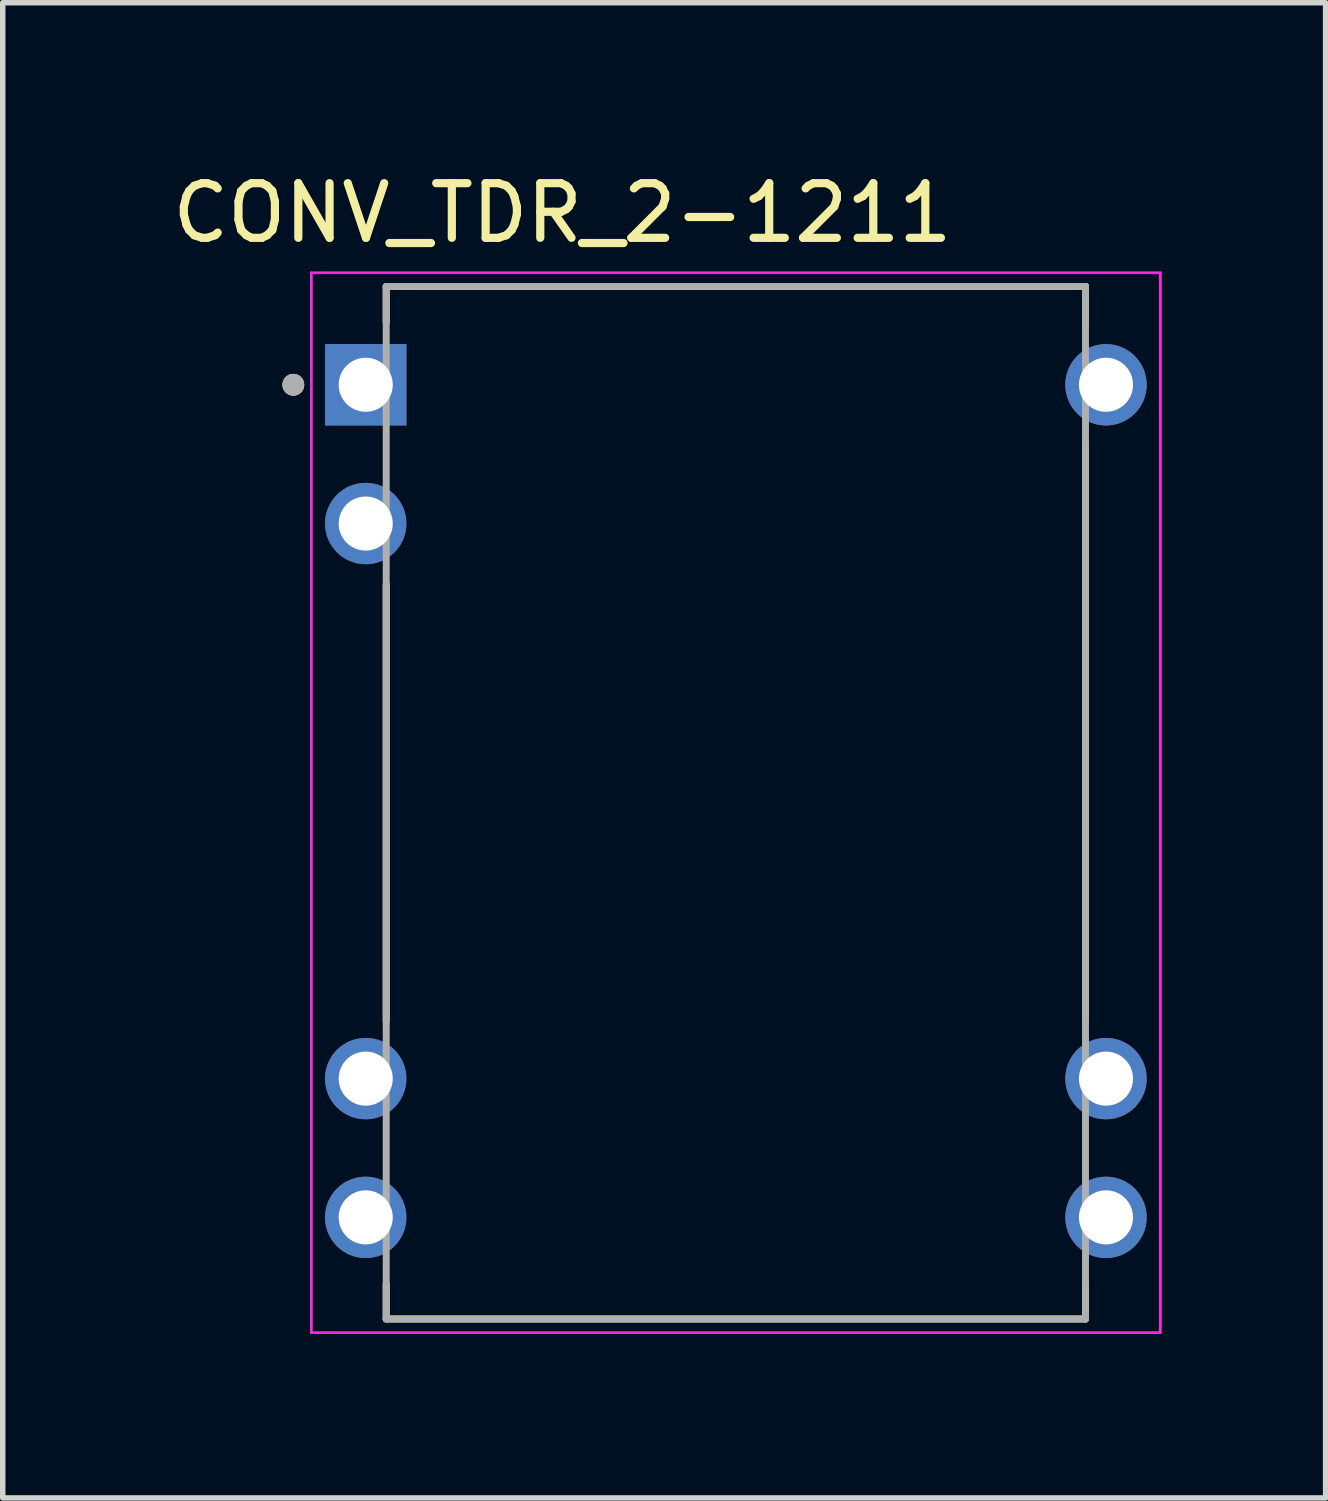
<source format=kicad_pcb>
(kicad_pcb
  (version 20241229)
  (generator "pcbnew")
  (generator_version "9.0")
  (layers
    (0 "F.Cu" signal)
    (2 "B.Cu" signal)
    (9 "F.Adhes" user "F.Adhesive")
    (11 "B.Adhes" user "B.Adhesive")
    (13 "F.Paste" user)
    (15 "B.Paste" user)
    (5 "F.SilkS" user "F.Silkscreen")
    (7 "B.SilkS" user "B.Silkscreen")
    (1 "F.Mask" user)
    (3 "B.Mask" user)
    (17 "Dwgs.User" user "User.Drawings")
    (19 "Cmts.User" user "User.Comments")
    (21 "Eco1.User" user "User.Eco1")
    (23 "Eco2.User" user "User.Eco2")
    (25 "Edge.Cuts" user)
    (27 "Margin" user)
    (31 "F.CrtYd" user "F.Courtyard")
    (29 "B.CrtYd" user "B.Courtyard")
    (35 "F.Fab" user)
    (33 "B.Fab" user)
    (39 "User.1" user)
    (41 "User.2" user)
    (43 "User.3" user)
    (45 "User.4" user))
  (footprint "CONV_TDR_2-1211"
    (layer "F.Cu")
    (at 10.419 11.643)
    (property "Reference" "CONV_TDR_2-1211" (at -3.175 -10.795 0) (layer "F.SilkS") (effects (font (size 1 1) (thickness 0.15))))
    (attr through_hole)
    (fp_line (start -6.4 -9.45) (end -6.4 -8.8) (stroke (width 0.127) (type solid)) (layer "F.SilkS"))
    (fp_line (start -6.4 -4) (end -6.4 4) (stroke (width 0.127) (type solid)) (layer "F.SilkS"))
    (fp_line (start -6.4 8.8) (end -6.4 9.45) (stroke (width 0.127) (type solid)) (layer "F.SilkS"))
    (fp_line (start -6.4 9.45) (end 6.4 9.45) (stroke (width 0.127) (type solid)) (layer "F.SilkS"))
    (fp_line (start 6.4 -9.45) (end -6.4 -9.45) (stroke (width 0.127) (type solid)) (layer "F.SilkS"))
    (fp_line (start 6.4 -8.8) (end 6.4 -9.45) (stroke (width 0.127) (type solid)) (layer "F.SilkS"))
    (fp_line (start 6.4 4) (end 6.4 -6.54) (stroke (width 0.127) (type solid)) (layer "F.SilkS"))
    (fp_line (start 6.4 9.45) (end 6.4 8.8) (stroke (width 0.127) (type solid)) (layer "F.SilkS"))
    (fp_circle (center -8.1 -7.65) (end -8 -7.65) (stroke (width 0.2) (type solid)) (fill no) (layer "F.SilkS"))
    (fp_line (start -7.77 -9.7) (end -7.77 9.7) (stroke (width 0.05) (type solid)) (layer "F.CrtYd"))
    (fp_line (start -7.77 9.7) (end 7.77 9.7) (stroke (width 0.05) (type solid)) (layer "F.CrtYd"))
    (fp_line (start 7.77 -9.7) (end -7.77 -9.7) (stroke (width 0.05) (type solid)) (layer "F.CrtYd"))
    (fp_line (start 7.77 9.7) (end 7.77 -9.7) (stroke (width 0.05) (type solid)) (layer "F.CrtYd"))
    (fp_line (start -6.4 -9.45) (end -6.4 9.45) (stroke (width 0.127) (type solid)) (layer "F.Fab"))
    (fp_line (start -6.4 9.45) (end 6.4 9.45) (stroke (width 0.127) (type solid)) (layer "F.Fab"))
    (fp_line (start 6.4 -9.45) (end -6.4 -9.45) (stroke (width 0.127) (type solid)) (layer "F.Fab"))
    (fp_line (start 6.4 9.45) (end 6.4 -9.45) (stroke (width 0.127) (type solid)) (layer "F.Fab"))
    (fp_circle (center -8.1 -7.65) (end -8 -7.65) (stroke (width 0.2) (type solid)) (fill no) (layer "F.Fab"))
    (pad "1" thru_hole rect (at -6.775 -7.65) (size 1.49 1.49) (drill 0.99) (layers "*.Cu" "*.Mask"))
    (pad "2" thru_hole circle (at -6.775 -5.11) (size 1.49 1.49) (drill 0.99) (layers "*.Cu" "*.Mask"))
    (pad "6" thru_hole circle (at -6.775 5.05) (size 1.49 1.49) (drill 0.99) (layers "*.Cu" "*.Mask"))
    (pad "7" thru_hole circle (at -6.775 7.59) (size 1.49 1.49) (drill 0.99) (layers "*.Cu" "*.Mask"))
    (pad "8" thru_hole circle (at 6.775 7.59) (size 1.49 1.49) (drill 0.99) (layers "*.Cu" "*.Mask"))
    (pad "9" thru_hole circle (at 6.775 5.05) (size 1.49 1.49) (drill 0.99) (layers "*.Cu" "*.Mask"))
    (pad "14" thru_hole circle (at 6.775 -7.65) (size 1.49 1.49) (drill 0.99) (layers "*.Cu" "*.Mask")))
  (gr_rect
    (start -3 -3)
    (end 21.214 24.368)
    (stroke (width 0.1) (type default))
    (fill no)
    (layer "Edge.Cuts")))
</source>
